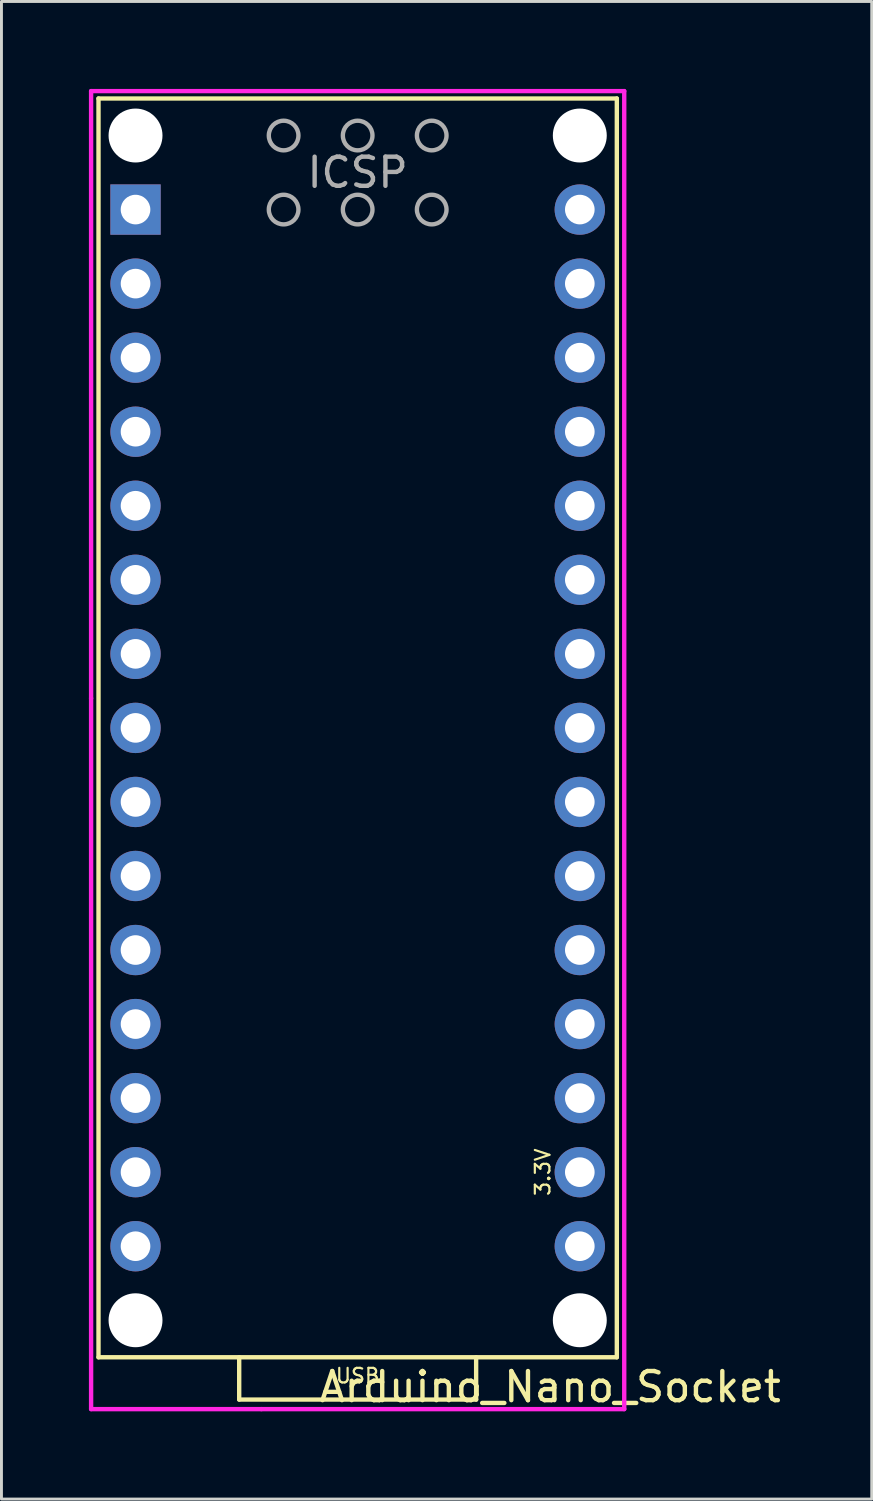
<source format=kicad_pcb>
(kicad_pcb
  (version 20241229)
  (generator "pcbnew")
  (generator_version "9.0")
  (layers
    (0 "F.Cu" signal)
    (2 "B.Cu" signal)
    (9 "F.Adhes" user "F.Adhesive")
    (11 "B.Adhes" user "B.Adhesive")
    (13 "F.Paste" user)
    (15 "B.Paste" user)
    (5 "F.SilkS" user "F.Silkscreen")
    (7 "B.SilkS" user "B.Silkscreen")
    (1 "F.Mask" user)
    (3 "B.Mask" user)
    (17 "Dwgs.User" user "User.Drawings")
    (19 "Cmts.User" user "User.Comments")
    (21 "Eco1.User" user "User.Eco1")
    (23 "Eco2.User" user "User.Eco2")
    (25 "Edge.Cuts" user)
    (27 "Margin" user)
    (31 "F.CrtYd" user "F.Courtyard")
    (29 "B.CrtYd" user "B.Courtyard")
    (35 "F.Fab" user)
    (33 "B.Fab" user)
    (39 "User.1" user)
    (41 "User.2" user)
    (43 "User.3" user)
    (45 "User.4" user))
  (footprint "Arduino_Nano_Socket"
    (layer "F.Cu")
    (at 9.219 43.509)
    (property "Reference" "Arduino_Nano_Socket" (at 6.604 1.016 0) (layer "F.SilkS") (effects (font (size 1 1) (thickness 0.15))))
    (attr through_hole)
    (fp_line (start -8.89 -43.18) (end -8.89 0) (stroke (width 0.15) (type solid)) (layer "F.SilkS"))
    (fp_line (start -8.89 -43.18) (end 8.89 -43.18) (stroke (width 0.15) (type solid)) (layer "F.SilkS"))
    (fp_line (start -8.89 0) (end 8.89 0) (stroke (width 0.15) (type solid)) (layer "F.SilkS"))
    (fp_line (start -4.064 0) (end -4.064 1.45) (stroke (width 0.15) (type solid)) (layer "F.SilkS"))
    (fp_line (start -4.064 1.45) (end 4.064 1.45) (stroke (width 0.15) (type solid)) (layer "F.SilkS"))
    (fp_line (start 4.064 1.45) (end 4.064 0) (stroke (width 0.15) (type solid)) (layer "F.SilkS"))
    (fp_line (start 8.89 -43.18) (end 8.89 0) (stroke (width 0.15) (type solid)) (layer "F.SilkS"))
    (fp_line (start -9.144 -43.434) (end 9.144 -43.434) (stroke (width 0.15) (type solid)) (layer "F.CrtYd"))
    (fp_line (start -9.144 -22.606) (end -9.144 -43.434) (stroke (width 0.15) (type solid)) (layer "F.CrtYd"))
    (fp_line (start -9.144 1.778) (end -9.144 -22.606) (stroke (width 0.15) (type solid)) (layer "F.CrtYd"))
    (fp_line (start -3.302 1.778) (end -9.144 1.778) (stroke (width 0.15) (type solid)) (layer "F.CrtYd"))
    (fp_line (start 9.144 -43.434) (end 9.144 1.778) (stroke (width 0.15) (type solid)) (layer "F.CrtYd"))
    (fp_line (start 9.144 1.778) (end -3.302 1.778) (stroke (width 0.15) (type solid)) (layer "F.CrtYd"))
    (fp_circle (center -2.54 -41.91) (end -2.032 -41.91) (stroke (width 0.15) (type solid)) (fill no) (layer "F.Fab"))
    (fp_circle (center -2.54 -39.37) (end -2.032 -39.37) (stroke (width 0.15) (type solid)) (fill no) (layer "F.Fab"))
    (fp_circle (center 0 -41.91) (end 0.508 -41.91) (stroke (width 0.15) (type solid)) (fill no) (layer "F.Fab"))
    (fp_circle (center 0 -39.37) (end 0.508 -39.37) (stroke (width 0.15) (type solid)) (fill no) (layer "F.Fab"))
    (fp_circle (center 2.54 -41.91) (end 3.048 -41.91) (stroke (width 0.15) (type solid)) (fill no) (layer "F.Fab"))
    (fp_circle (center 2.54 -39.37) (end 3.048 -39.37) (stroke (width 0.15) (type solid)) (fill no) (layer "F.Fab"))
    (fp_text user "USB" (at 0 0.635 0) (layer "F.SilkS") (effects (font (size 0.5 0.5) (thickness 0.075))))
    (fp_text user "3.3V" (at 6.35 -6.35 90) (layer "F.SilkS") (effects (font (size 0.5 0.5) (thickness 0.075))))
    (fp_text user "ICSP" (at 0 -40.64 0) (layer "F.Fab") (effects (font (size 1 1) (thickness 0.15))))
    (pad "" np_thru_hole circle (at -7.62 -41.91) (size 1.85 1.85) (drill 1.85) (layers "*.Cu" "*.Mask"))
    (pad "" np_thru_hole circle (at -7.62 -1.27) (size 1.85 1.85) (drill 1.85) (layers "*.Cu" "*.Mask"))
    (pad "" np_thru_hole circle (at 7.62 -41.91) (size 1.85 1.85) (drill 1.85) (layers "*.Cu" "*.Mask"))
    (pad "" np_thru_hole circle (at 7.62 -1.27) (size 1.85 1.85) (drill 1.85) (layers "*.Cu" "*.Mask"))
    (pad "3V3" thru_hole circle (at 7.62 -6.35) (size 1.727 1.727) (drill 1.016) (layers "*.Cu" "*.Mask"))
    (pad "5V" thru_hole circle (at 7.62 -31.75) (size 1.727 1.727) (drill 1.016) (layers "*.Cu" "*.Mask"))
    (pad "A0" thru_hole circle (at 7.62 -11.43) (size 1.727 1.727) (drill 1.016) (layers "*.Cu" "*.Mask"))
    (pad "A1" thru_hole circle (at 7.62 -13.97) (size 1.727 1.727) (drill 1.016) (layers "*.Cu" "*.Mask"))
    (pad "A2" thru_hole circle (at 7.62 -16.51) (size 1.727 1.727) (drill 1.016) (layers "*.Cu" "*.Mask"))
    (pad "A3" thru_hole circle (at 7.62 -19.05) (size 1.727 1.727) (drill 1.016) (layers "*.Cu" "*.Mask"))
    (pad "A4" thru_hole circle (at 7.62 -21.59) (size 1.727 1.727) (drill 1.016) (layers "*.Cu" "*.Mask"))
    (pad "A5" thru_hole circle (at 7.62 -24.13) (size 1.727 1.727) (drill 1.016) (layers "*.Cu" "*.Mask"))
    (pad "A6" thru_hole circle (at 7.62 -26.67) (size 1.727 1.727) (drill 1.016) (layers "*.Cu" "*.Mask"))
    (pad "A7" thru_hole circle (at 7.62 -29.21) (size 1.727 1.727) (drill 1.016) (layers "*.Cu" "*.Mask"))
    (pad "AREF" thru_hole circle (at 7.62 -8.89) (size 1.727 1.727) (drill 1.016) (layers "*.Cu" "*.Mask"))
    (pad "D0" thru_hole circle (at -7.62 -36.83) (size 1.727 1.727) (drill 1.016) (layers "*.Cu" "*.Mask"))
    (pad "D1" thru_hole rect (at -7.62 -39.37) (size 1.727 1.727) (drill 1.016) (layers "*.Cu" "*.Mask"))
    (pad "D2" thru_hole circle (at -7.62 -29.21) (size 1.727 1.727) (drill 1.016) (layers "*.Cu" "*.Mask"))
    (pad "D3" thru_hole circle (at -7.62 -26.67) (size 1.727 1.727) (drill 1.016) (layers "*.Cu" "*.Mask"))
    (pad "D4" thru_hole circle (at -7.62 -24.13) (size 1.727 1.727) (drill 1.016) (layers "*.Cu" "*.Mask"))
    (pad "D5" thru_hole circle (at -7.62 -21.59) (size 1.727 1.727) (drill 1.016) (layers "*.Cu" "*.Mask"))
    (pad "D6" thru_hole circle (at -7.62 -19.05) (size 1.727 1.727) (drill 1.016) (layers "*.Cu" "*.Mask"))
    (pad "D7" thru_hole circle (at -7.62 -16.51) (size 1.727 1.727) (drill 1.016) (layers "*.Cu" "*.Mask"))
    (pad "D8" thru_hole circle (at -7.62 -13.97) (size 1.727 1.727) (drill 1.016) (layers "*.Cu" "*.Mask"))
    (pad "D9" thru_hole circle (at -7.62 -11.43) (size 1.727 1.727) (drill 1.016) (layers "*.Cu" "*.Mask"))
    (pad "D10" thru_hole circle (at -7.62 -8.89) (size 1.727 1.727) (drill 1.016) (layers "*.Cu" "*.Mask"))
    (pad "D11" thru_hole circle (at -7.62 -6.35) (size 1.727 1.727) (drill 1.016) (layers "*.Cu" "*.Mask"))
    (pad "D12" thru_hole circle (at -7.62 -3.81) (size 1.727 1.727) (drill 1.016) (layers "*.Cu" "*.Mask"))
    (pad "D13" thru_hole circle (at 7.62 -3.81) (size 1.727 1.727) (drill 1.016) (layers "*.Cu" "*.Mask"))
    (pad "GND1" thru_hole circle (at -7.62 -31.75) (size 1.727 1.727) (drill 1.016) (layers "*.Cu" "*.Mask"))
    (pad "GND2" thru_hole circle (at 7.62 -36.83) (size 1.727 1.727) (drill 1.016) (layers "*.Cu" "*.Mask"))
    (pad "RST1" thru_hole circle (at -7.62 -34.29) (size 1.727 1.727) (drill 1.016) (layers "*.Cu" "*.Mask"))
    (pad "RST2" thru_hole circle (at 7.62 -34.29) (size 1.727 1.727) (drill 1.016) (layers "*.Cu" "*.Mask"))
    (pad "VIN" thru_hole circle (at 7.62 -39.37) (size 1.727 1.727) (drill 1.016) (layers "*.Cu" "*.Mask")))
  (gr_rect
    (start -3 -3)
    (end 26.853 48.373)
    (stroke (width 0.1) (type default))
    (fill no)
    (layer "Edge.Cuts")))
</source>
